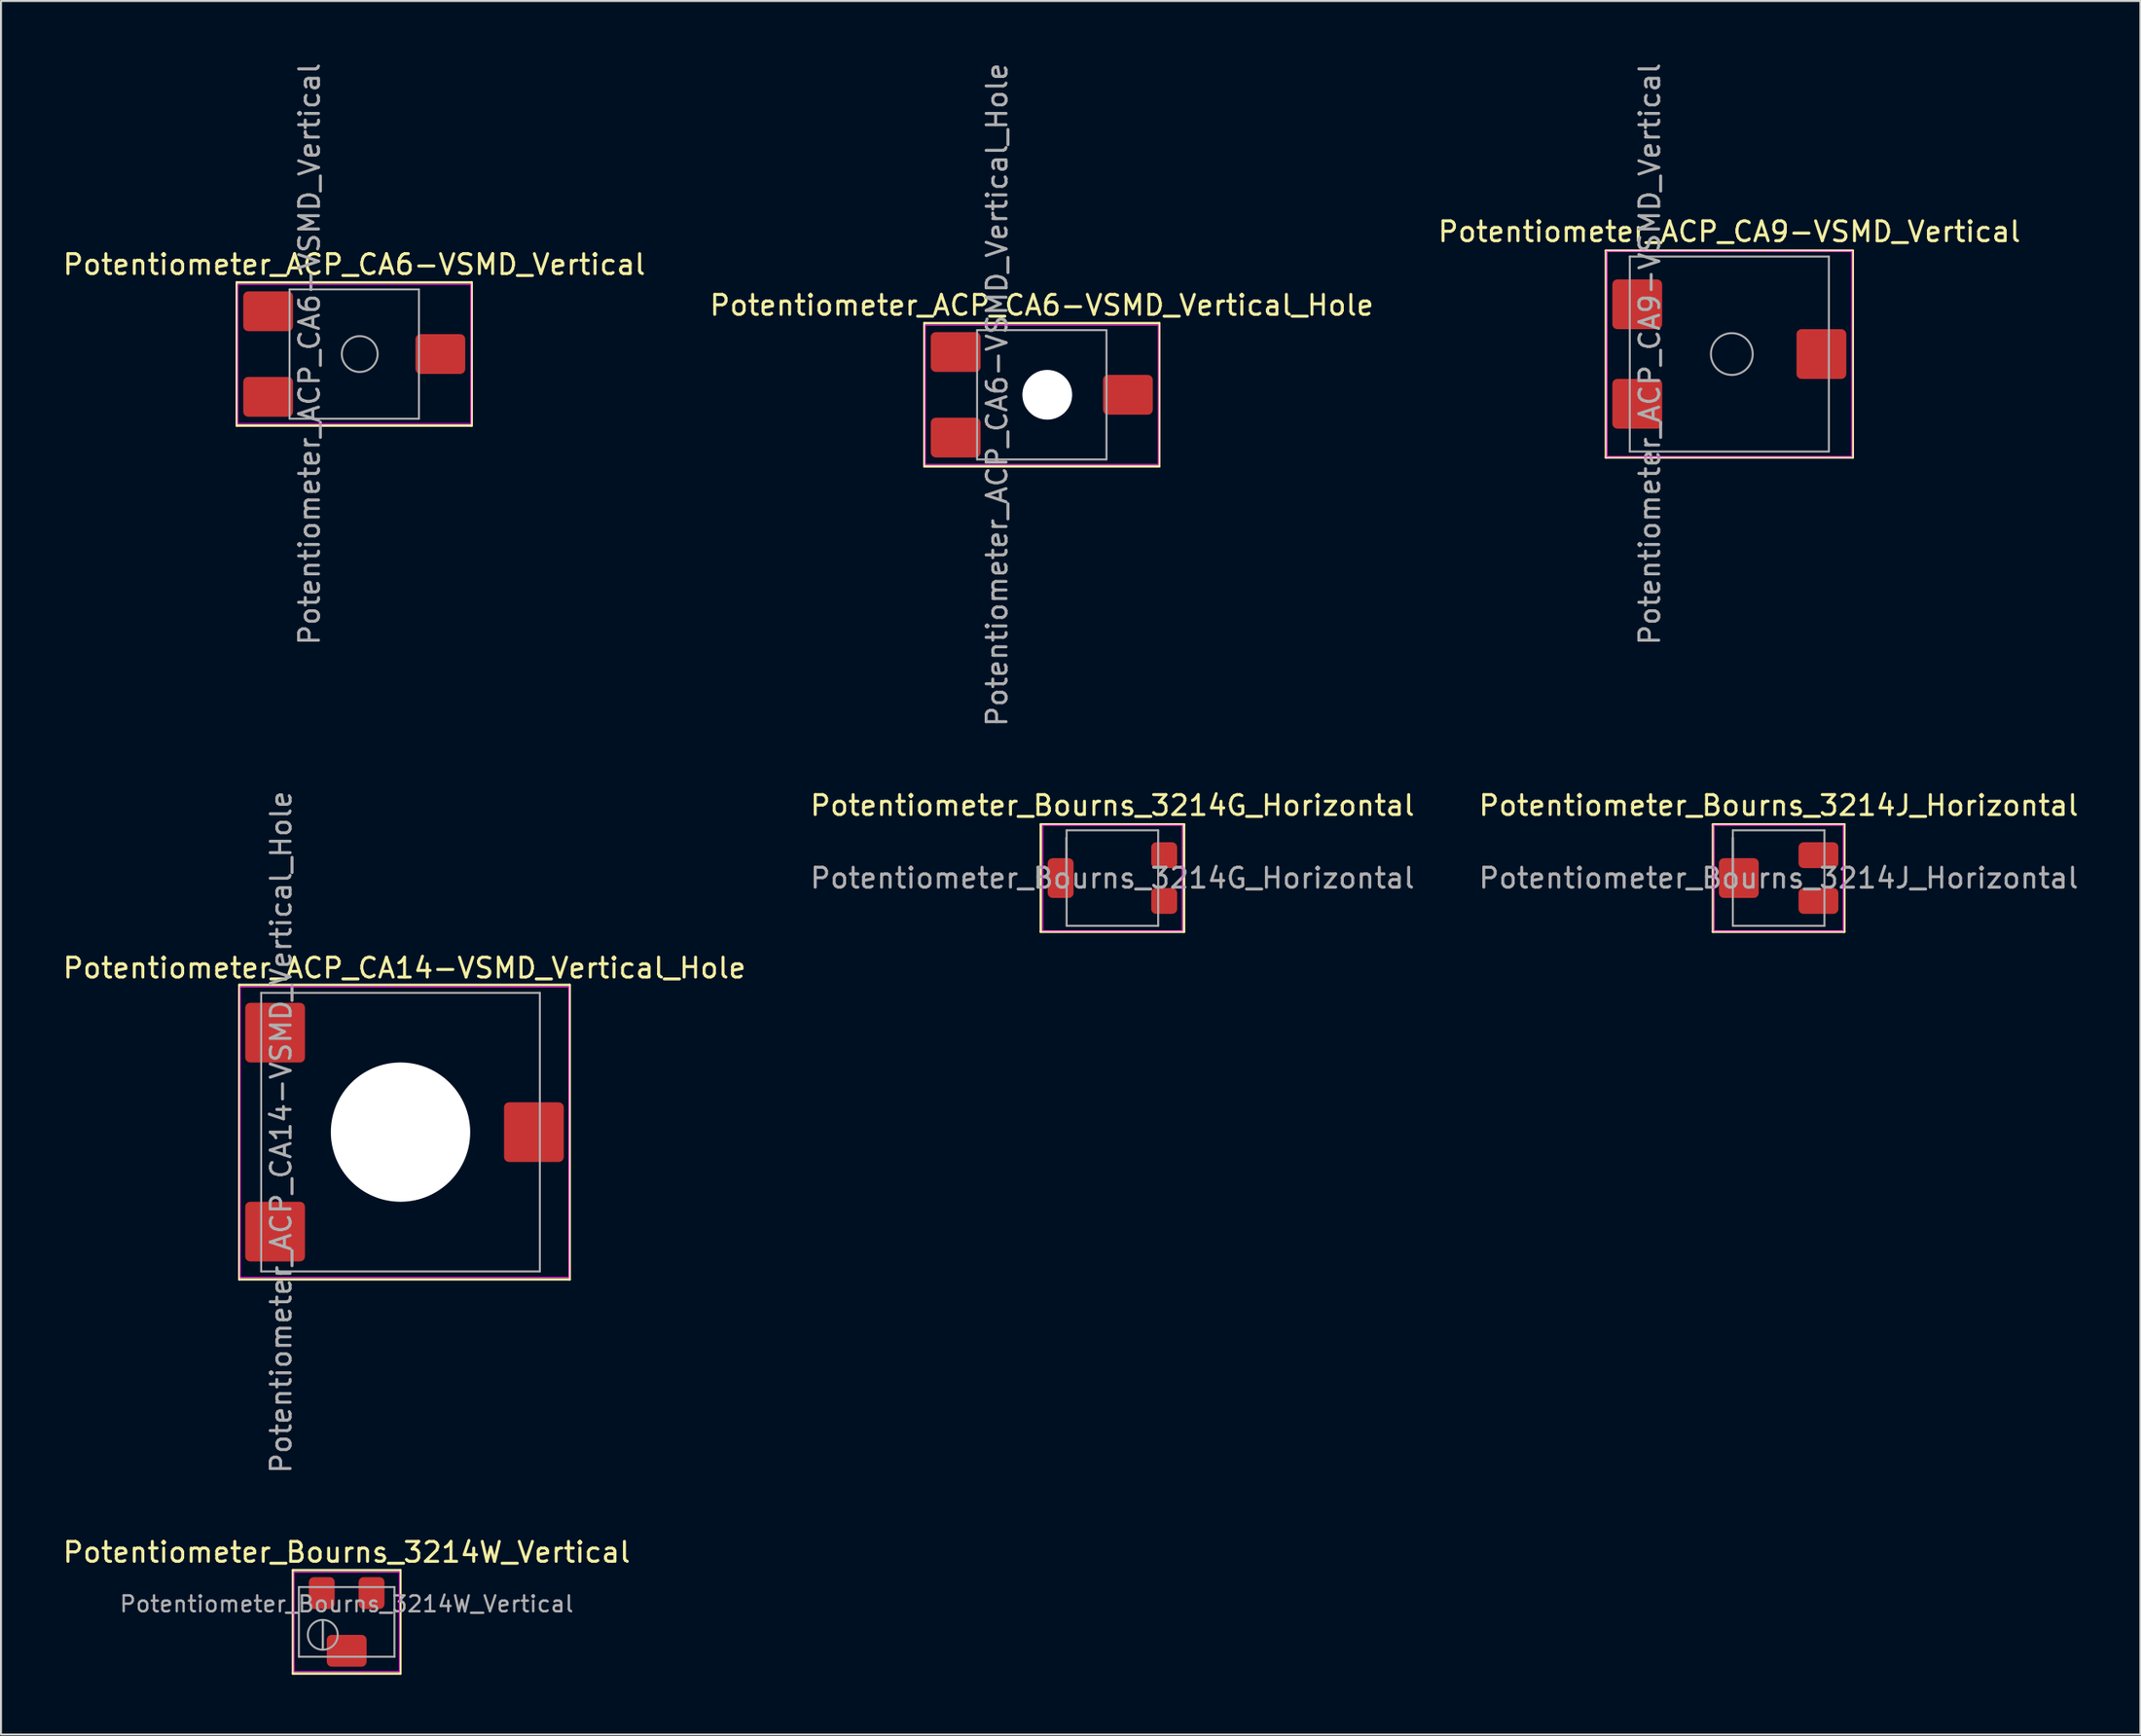
<source format=kicad_pcb>
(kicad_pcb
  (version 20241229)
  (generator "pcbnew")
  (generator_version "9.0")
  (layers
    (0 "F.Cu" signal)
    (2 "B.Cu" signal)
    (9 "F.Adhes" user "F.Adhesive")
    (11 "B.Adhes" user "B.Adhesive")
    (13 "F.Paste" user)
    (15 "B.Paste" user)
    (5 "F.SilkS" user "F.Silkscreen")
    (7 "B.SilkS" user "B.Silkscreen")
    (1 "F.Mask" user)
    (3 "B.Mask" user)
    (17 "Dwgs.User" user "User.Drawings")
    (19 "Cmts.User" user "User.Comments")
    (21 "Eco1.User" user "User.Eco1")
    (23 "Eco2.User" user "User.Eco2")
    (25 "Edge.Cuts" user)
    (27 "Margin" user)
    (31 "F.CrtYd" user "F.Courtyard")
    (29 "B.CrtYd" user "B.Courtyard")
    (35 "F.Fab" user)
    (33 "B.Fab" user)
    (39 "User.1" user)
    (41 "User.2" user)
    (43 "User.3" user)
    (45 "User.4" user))
  (footprint "Potentiometer_ACP_CA9-VSMD_Vertical"
    (layer "F.Cu")
    (at 83.815 14.744)
    (property "Reference" "Potentiometer_ACP_CA9-VSMD_Vertical" (at 0 -6.15 0) (layer "F.SilkS") (effects (font (size 1 1) (thickness 0.15))))
    (attr smd)
    (fp_line (start -6.2 -5.2) (end -6.2 5.2) (stroke (width 0.12) (type solid)) (layer "F.SilkS"))
    (fp_line (start -6.2 5.2) (end 6.2 5.2) (stroke (width 0.12) (type solid)) (layer "F.SilkS"))
    (fp_line (start 6.2 -5.2) (end -6.2 -5.2) (stroke (width 0.12) (type solid)) (layer "F.SilkS"))
    (fp_line (start 6.2 5.2) (end 6.2 -5.2) (stroke (width 0.12) (type solid)) (layer "F.SilkS"))
    (fp_line (start -6.15 -5.15) (end -6.15 5.15) (stroke (width 0.05) (type solid)) (layer "F.CrtYd"))
    (fp_line (start -6.15 5.15) (end 6.15 5.15) (stroke (width 0.05) (type solid)) (layer "F.CrtYd"))
    (fp_line (start 6.15 -5.15) (end -6.15 -5.15) (stroke (width 0.05) (type solid)) (layer "F.CrtYd"))
    (fp_line (start 6.15 5.15) (end 6.15 -5.15) (stroke (width 0.05) (type solid)) (layer "F.CrtYd"))
    (fp_line (start -5 -4.9) (end -5 4.9) (stroke (width 0.1) (type solid)) (layer "F.Fab"))
    (fp_line (start -5 4.9) (end 5 4.9) (stroke (width 0.1) (type solid)) (layer "F.Fab"))
    (fp_line (start 5 -4.9) (end -5 -4.9) (stroke (width 0.1) (type solid)) (layer "F.Fab"))
    (fp_line (start 5 4.9) (end 5 -4.9) (stroke (width 0.1) (type solid)) (layer "F.Fab"))
    (fp_circle (center 0.125 0) (end 1.175 0) (stroke (width 0.1) (type solid)) (fill no) (layer "F.Fab"))
    (fp_text user "${REFERENCE}" (at -4 0 90) (layer "F.Fab") (effects (font (size 1 1) (thickness 0.15))))
    (pad "1" smd roundrect (at -4.625 2.5) (size 2.5 2.5) (layers "F.Cu" "F.Mask" "F.Paste") (roundrect_rratio 0.1))
    (pad "2" smd roundrect (at 4.625 0) (size 2.5 2.5) (layers "F.Cu" "F.Mask" "F.Paste") (roundrect_rratio 0.1))
    (pad "3" smd roundrect (at -4.625 -2.5) (size 2.5 2.5) (layers "F.Cu" "F.Mask" "F.Paste") (roundrect_rratio 0.1)))
  (footprint "Potentiometer_ACP_CA6-VSMD_Vertical"
    (layer "F.Cu")
    (at 14.744 14.744)
    (property "Reference" "Potentiometer_ACP_CA6-VSMD_Vertical" (at 0 -4.5 0) (layer "F.SilkS") (effects (font (size 1 1) (thickness 0.15))))
    (attr smd)
    (fp_line (start -5.9 -3.6) (end 5.9 -3.6) (stroke (width 0.12) (type solid)) (layer "F.SilkS"))
    (fp_line (start -5.9 3.6) (end -5.9 -3.6) (stroke (width 0.12) (type solid)) (layer "F.SilkS"))
    (fp_line (start 5.9 -3.6) (end 5.9 3.6) (stroke (width 0.12) (type solid)) (layer "F.SilkS"))
    (fp_line (start 5.9 3.6) (end -5.9 3.6) (stroke (width 0.12) (type solid)) (layer "F.SilkS"))
    (fp_line (start -5.85 -3.5) (end -5.85 3.5) (stroke (width 0.05) (type solid)) (layer "F.CrtYd"))
    (fp_line (start -5.85 3.5) (end 5.85 3.5) (stroke (width 0.05) (type solid)) (layer "F.CrtYd"))
    (fp_line (start 5.85 -3.5) (end -5.85 -3.5) (stroke (width 0.05) (type solid)) (layer "F.CrtYd"))
    (fp_line (start 5.85 3.5) (end 5.85 -3.5) (stroke (width 0.05) (type solid)) (layer "F.CrtYd"))
    (fp_line (start -3.25 -3.25) (end -3.25 3.25) (stroke (width 0.1) (type solid)) (layer "F.Fab"))
    (fp_line (start -3.25 3.25) (end 3.25 3.25) (stroke (width 0.1) (type solid)) (layer "F.Fab"))
    (fp_line (start 3.25 -3.25) (end -3.25 -3.25) (stroke (width 0.1) (type solid)) (layer "F.Fab"))
    (fp_line (start 3.25 3.25) (end 3.25 -3.25) (stroke (width 0.1) (type solid)) (layer "F.Fab"))
    (fp_circle (center 0.275 0) (end 1.175 0) (stroke (width 0.1) (type solid)) (fill no) (layer "F.Fab"))
    (fp_text user "${REFERENCE}" (at -2.25 0 90) (layer "F.Fab") (effects (font (size 1 1) (thickness 0.15))))
    (pad "1" smd roundrect (at -4.325 2.15) (size 2.5 2) (layers "F.Cu" "F.Mask" "F.Paste") (roundrect_rratio 0.125))
    (pad "2" smd roundrect (at 4.325 0) (size 2.5 2) (layers "F.Cu" "F.Mask" "F.Paste") (roundrect_rratio 0.125))
    (pad "3" smd roundrect (at -4.325 -2.15) (size 2.5 2) (layers "F.Cu" "F.Mask" "F.Paste") (roundrect_rratio 0.125)))
  (footprint "Potentiometer_Bourns_3214W_Vertical"
    (layer "F.Cu")
    (at 14.363 78.467)
    (property "Reference" "Potentiometer_Bourns_3214W_Vertical" (at 0 -3.5 0) (layer "F.SilkS") (effects (font (size 1 1) (thickness 0.15))))
    (attr smd)
    (fp_line (start -2.7 -2.6) (end -2.7 2.6) (stroke (width 0.12) (type solid)) (layer "F.SilkS"))
    (fp_line (start -2.7 2.6) (end 2.7 2.6) (stroke (width 0.12) (type solid)) (layer "F.SilkS"))
    (fp_line (start 2.7 -2.6) (end -2.7 -2.6) (stroke (width 0.12) (type solid)) (layer "F.SilkS"))
    (fp_line (start 2.7 2.6) (end 2.7 -2.6) (stroke (width 0.12) (type solid)) (layer "F.SilkS"))
    (fp_line (start -2.65 -2.5) (end -2.65 2.5) (stroke (width 0.05) (type solid)) (layer "F.CrtYd"))
    (fp_line (start -2.65 2.5) (end 2.65 2.5) (stroke (width 0.05) (type solid)) (layer "F.CrtYd"))
    (fp_line (start 2.65 -2.5) (end -2.65 -2.5) (stroke (width 0.05) (type solid)) (layer "F.CrtYd"))
    (fp_line (start 2.65 2.5) (end 2.65 -2.5) (stroke (width 0.05) (type solid)) (layer "F.CrtYd"))
    (fp_line (start -2.4 -1.75) (end -2.4 1.75) (stroke (width 0.1) (type solid)) (layer "F.Fab"))
    (fp_line (start -2.4 1.75) (end 2.4 1.75) (stroke (width 0.1) (type solid)) (layer "F.Fab"))
    (fp_line (start -1.2 1.393) (end -1.199 -0.092) (stroke (width 0.1) (type solid)) (layer "F.Fab"))
    (fp_line (start -1.2 1.393) (end -1.199 -0.092) (stroke (width 0.1) (type solid)) (layer "F.Fab"))
    (fp_line (start 2.4 -1.75) (end -2.4 -1.75) (stroke (width 0.1) (type solid)) (layer "F.Fab"))
    (fp_line (start 2.4 1.75) (end 2.4 -1.75) (stroke (width 0.1) (type solid)) (layer "F.Fab"))
    (fp_circle (center -1.2 0.65) (end -0.45 0.65) (stroke (width 0.1) (type solid)) (fill no) (layer "F.Fab"))
    (fp_text user "${REFERENCE}" (at 0 -0.9 0) (layer "F.Fab") (effects (font (size 0.8 0.8) (thickness 0.12))))
    (pad "1" smd roundrect (at 1.25 -1.45) (size 1.3 1.6) (layers "F.Cu" "F.Mask" "F.Paste") (roundrect_rratio 0.192))
    (pad "2" smd roundrect (at 0 1.45) (size 2 1.6) (layers "F.Cu" "F.Mask" "F.Paste") (roundrect_rratio 0.156))
    (pad "3" smd roundrect (at -1.25 -1.45) (size 1.3 1.6) (layers "F.Cu" "F.Mask" "F.Paste") (roundrect_rratio 0.192)))
  (footprint "Potentiometer_ACP_CA6-VSMD_Vertical_Hole"
    (layer "F.Cu")
    (at 49.28 16.792)
    (property "Reference" "Potentiometer_ACP_CA6-VSMD_Vertical_Hole" (at 0 -4.5 0) (layer "F.SilkS") (effects (font (size 1 1) (thickness 0.15))))
    (attr smd)
    (fp_line (start -5.9 -3.6) (end 5.9 -3.6) (stroke (width 0.12) (type solid)) (layer "F.SilkS"))
    (fp_line (start -5.9 3.6) (end -5.9 -3.6) (stroke (width 0.12) (type solid)) (layer "F.SilkS"))
    (fp_line (start 5.9 -3.6) (end 5.9 3.6) (stroke (width 0.12) (type solid)) (layer "F.SilkS"))
    (fp_line (start 5.9 3.6) (end -5.9 3.6) (stroke (width 0.12) (type solid)) (layer "F.SilkS"))
    (fp_line (start -5.85 -3.5) (end -5.85 3.5) (stroke (width 0.05) (type solid)) (layer "F.CrtYd"))
    (fp_line (start -5.85 3.5) (end 5.85 3.5) (stroke (width 0.05) (type solid)) (layer "F.CrtYd"))
    (fp_line (start 5.85 -3.5) (end -5.85 -3.5) (stroke (width 0.05) (type solid)) (layer "F.CrtYd"))
    (fp_line (start 5.85 3.5) (end 5.85 -3.5) (stroke (width 0.05) (type solid)) (layer "F.CrtYd"))
    (fp_line (start -3.25 -3.25) (end -3.25 3.25) (stroke (width 0.1) (type solid)) (layer "F.Fab"))
    (fp_line (start -3.25 3.25) (end 3.25 3.25) (stroke (width 0.1) (type solid)) (layer "F.Fab"))
    (fp_line (start 3.25 -3.25) (end -3.25 -3.25) (stroke (width 0.1) (type solid)) (layer "F.Fab"))
    (fp_line (start 3.25 3.25) (end 3.25 -3.25) (stroke (width 0.1) (type solid)) (layer "F.Fab"))
    (fp_text user "${REFERENCE}" (at -2.25 0 90) (layer "F.Fab") (effects (font (size 1 1) (thickness 0.15))))
    (pad "" np_thru_hole circle (at 0.275 0) (size 2.5 2.5) (drill 2.5) (layers "*.Cu" "*.Mask"))
    (pad "1" smd roundrect (at -4.325 2.15) (size 2.5 2) (layers "F.Cu" "F.Mask" "F.Paste") (roundrect_rratio 0.125))
    (pad "2" smd roundrect (at 4.325 0) (size 2.5 2) (layers "F.Cu" "F.Mask" "F.Paste") (roundrect_rratio 0.125))
    (pad "3" smd roundrect (at -4.325 -2.15) (size 2.5 2) (layers "F.Cu" "F.Mask" "F.Paste") (roundrect_rratio 0.125)))
  (footprint "Potentiometer_ACP_CA14-VSMD_Vertical_Hole"
    (layer "F.Cu")
    (at 17.268 53.851)
    (property "Reference" "Potentiometer_ACP_CA14-VSMD_Vertical_Hole" (at 0 -8.25 0) (layer "F.SilkS") (effects (font (size 1 1) (thickness 0.15))))
    (attr smd)
    (fp_line (start -8.3 -7.4) (end 8.3 -7.4) (stroke (width 0.12) (type solid)) (layer "F.SilkS"))
    (fp_line (start -8.3 7.4) (end -8.3 -7.4) (stroke (width 0.12) (type solid)) (layer "F.SilkS"))
    (fp_line (start 8.3 -7.4) (end 8.3 7.4) (stroke (width 0.12) (type solid)) (layer "F.SilkS"))
    (fp_line (start 8.3 7.4) (end -8.3 7.4) (stroke (width 0.12) (type solid)) (layer "F.SilkS"))
    (fp_line (start -8.25 -7.3) (end -8.25 7.3) (stroke (width 0.05) (type solid)) (layer "F.CrtYd"))
    (fp_line (start -8.25 7.3) (end 8.25 7.3) (stroke (width 0.05) (type solid)) (layer "F.CrtYd"))
    (fp_line (start 8.25 -7.3) (end -8.25 -7.3) (stroke (width 0.05) (type solid)) (layer "F.CrtYd"))
    (fp_line (start 8.25 7.3) (end 8.25 -7.3) (stroke (width 0.05) (type solid)) (layer "F.CrtYd"))
    (fp_line (start -7.2 -7) (end -7.2 7) (stroke (width 0.1) (type solid)) (layer "F.Fab"))
    (fp_line (start -7.2 7) (end 6.8 7) (stroke (width 0.1) (type solid)) (layer "F.Fab"))
    (fp_line (start 6.8 -7) (end -7.2 -7) (stroke (width 0.1) (type solid)) (layer "F.Fab"))
    (fp_line (start 6.8 7) (end 6.8 -7) (stroke (width 0.1) (type solid)) (layer "F.Fab"))
    (fp_text user "${REFERENCE}" (at -6.2 0 90) (layer "F.Fab") (effects (font (size 1 1) (thickness 0.15))))
    (pad "" np_thru_hole circle (at -0.2 0) (size 7 7) (drill 7) (layers "*.Cu" "*.Mask"))
    (pad "1" smd roundrect (at -6.5 5) (size 3 3) (layers "F.Cu" "F.Mask" "F.Paste") (roundrect_rratio 0.083))
    (pad "2" smd roundrect (at 6.5 0) (size 3 3) (layers "F.Cu" "F.Mask" "F.Paste") (roundrect_rratio 0.083))
    (pad "3" smd roundrect (at -6.5 -5) (size 3 3) (layers "F.Cu" "F.Mask" "F.Paste") (roundrect_rratio 0.083)))
  (footprint "Potentiometer_Bourns_3214J_Horizontal"
    (layer "F.Cu")
    (at 86.292 41.082)
    (property "Reference" "Potentiometer_Bourns_3214J_Horizontal" (at 0 -3.65 0) (layer "F.SilkS") (effects (font (size 1 1) (thickness 0.15))))
    (attr smd)
    (fp_line (start -3.3 -2.7) (end 3.3 -2.7) (stroke (width 0.12) (type solid)) (layer "F.SilkS"))
    (fp_line (start -3.3 2.7) (end -3.3 -2.7) (stroke (width 0.12) (type solid)) (layer "F.SilkS"))
    (fp_line (start 3.3 -2.7) (end 3.3 2.7) (stroke (width 0.12) (type solid)) (layer "F.SilkS"))
    (fp_line (start 3.3 2.7) (end -3.3 2.7) (stroke (width 0.12) (type solid)) (layer "F.SilkS"))
    (fp_line (start -3.25 -2.65) (end -3.25 2.65) (stroke (width 0.05) (type solid)) (layer "F.CrtYd"))
    (fp_line (start -3.25 2.65) (end 3.25 2.65) (stroke (width 0.05) (type solid)) (layer "F.CrtYd"))
    (fp_line (start 3.25 -2.65) (end -3.25 -2.65) (stroke (width 0.05) (type solid)) (layer "F.CrtYd"))
    (fp_line (start 3.25 2.65) (end 3.25 -2.65) (stroke (width 0.05) (type solid)) (layer "F.CrtYd"))
    (fp_line (start -2.3 -2.4) (end -2.3 2.4) (stroke (width 0.1) (type solid)) (layer "F.Fab"))
    (fp_line (start -2.3 -2.02) (end -2.3 -2.02) (stroke (width 0.1) (type solid)) (layer "F.Fab"))
    (fp_line (start -2.3 -2.02) (end -2.3 -0.24) (stroke (width 0.1) (type solid)) (layer "F.Fab"))
    (fp_line (start -2.3 -1.13) (end -2.3 -1.13) (stroke (width 0.1) (type solid)) (layer "F.Fab"))
    (fp_line (start -2.3 -0.24) (end -2.3 -2.02) (stroke (width 0.1) (type solid)) (layer "F.Fab"))
    (fp_line (start -2.3 -0.24) (end -2.3 -0.24) (stroke (width 0.1) (type solid)) (layer "F.Fab"))
    (fp_line (start -2.3 2.4) (end 2.3 2.4) (stroke (width 0.1) (type solid)) (layer "F.Fab"))
    (fp_line (start 2.3 -2.4) (end -2.3 -2.4) (stroke (width 0.1) (type solid)) (layer "F.Fab"))
    (fp_line (start 2.3 2.4) (end 2.3 -2.4) (stroke (width 0.1) (type solid)) (layer "F.Fab"))
    (fp_text user "${REFERENCE}" (at 0 0 0) (layer "F.Fab") (effects (font (size 1 1) (thickness 0.15))))
    (pad "1" smd roundrect (at 2 -1.15) (size 2 1.3) (layers "F.Cu" "F.Mask" "F.Paste") (roundrect_rratio 0.192))
    (pad "2" smd roundrect (at -2 0) (size 2 2) (layers "F.Cu" "F.Mask" "F.Paste") (roundrect_rratio 0.125))
    (pad "3" smd roundrect (at 2 1.15) (size 2 1.3) (layers "F.Cu" "F.Mask" "F.Paste") (roundrect_rratio 0.192)))
  (footprint "Potentiometer_Bourns_3214G_Horizontal"
    (layer "F.Cu")
    (at 52.827 41.082)
    (property "Reference" "Potentiometer_Bourns_3214G_Horizontal" (at 0 -3.65 0) (layer "F.SilkS") (effects (font (size 1 1) (thickness 0.15))))
    (attr smd)
    (fp_line (start -3.6 -2.7) (end 3.6 -2.7) (stroke (width 0.12) (type solid)) (layer "F.SilkS"))
    (fp_line (start -3.6 2.7) (end -3.6 -2.7) (stroke (width 0.12) (type solid)) (layer "F.SilkS"))
    (fp_line (start 3.6 -2.7) (end 3.6 2.7) (stroke (width 0.12) (type solid)) (layer "F.SilkS"))
    (fp_line (start 3.6 2.7) (end -3.6 2.7) (stroke (width 0.12) (type solid)) (layer "F.SilkS"))
    (fp_line (start -3.5 -2.65) (end -3.5 2.65) (stroke (width 0.05) (type solid)) (layer "F.CrtYd"))
    (fp_line (start -3.5 2.65) (end 3.5 2.65) (stroke (width 0.05) (type solid)) (layer "F.CrtYd"))
    (fp_line (start 3.5 -2.65) (end -3.5 -2.65) (stroke (width 0.05) (type solid)) (layer "F.CrtYd"))
    (fp_line (start 3.5 2.65) (end 3.5 -2.65) (stroke (width 0.05) (type solid)) (layer "F.CrtYd"))
    (fp_line (start -2.3 -2.4) (end -2.3 2.4) (stroke (width 0.1) (type solid)) (layer "F.Fab"))
    (fp_line (start -2.3 -2.02) (end -2.3 -2.02) (stroke (width 0.1) (type solid)) (layer "F.Fab"))
    (fp_line (start -2.3 -2.02) (end -2.3 -0.24) (stroke (width 0.1) (type solid)) (layer "F.Fab"))
    (fp_line (start -2.3 -1.13) (end -2.3 -1.13) (stroke (width 0.1) (type solid)) (layer "F.Fab"))
    (fp_line (start -2.3 -0.24) (end -2.3 -2.02) (stroke (width 0.1) (type solid)) (layer "F.Fab"))
    (fp_line (start -2.3 -0.24) (end -2.3 -0.24) (stroke (width 0.1) (type solid)) (layer "F.Fab"))
    (fp_line (start -2.3 2.4) (end 2.3 2.4) (stroke (width 0.1) (type solid)) (layer "F.Fab"))
    (fp_line (start 2.3 -2.4) (end -2.3 -2.4) (stroke (width 0.1) (type solid)) (layer "F.Fab"))
    (fp_line (start 2.3 2.4) (end 2.3 -2.4) (stroke (width 0.1) (type solid)) (layer "F.Fab"))
    (fp_text user "${REFERENCE}" (at 0 0 0) (layer "F.Fab") (effects (font (size 1 1) (thickness 0.15))))
    (pad "1" smd roundrect (at 2.6 -1.15) (size 1.3 1.3) (layers "F.Cu" "F.Mask" "F.Paste") (roundrect_rratio 0.192))
    (pad "2" smd roundrect (at -2.6 0) (size 1.3 2) (layers "F.Cu" "F.Mask" "F.Paste") (roundrect_rratio 0.192))
    (pad "3" smd roundrect (at 2.6 1.15) (size 1.3 1.3) (layers "F.Cu" "F.Mask" "F.Paste") (roundrect_rratio 0.192)))
  (gr_rect
    (start -3 -3)
    (end 104.464 84.127)
    (stroke (width 0.1) (type default))
    (fill no)
    (layer "Edge.Cuts")))
</source>
